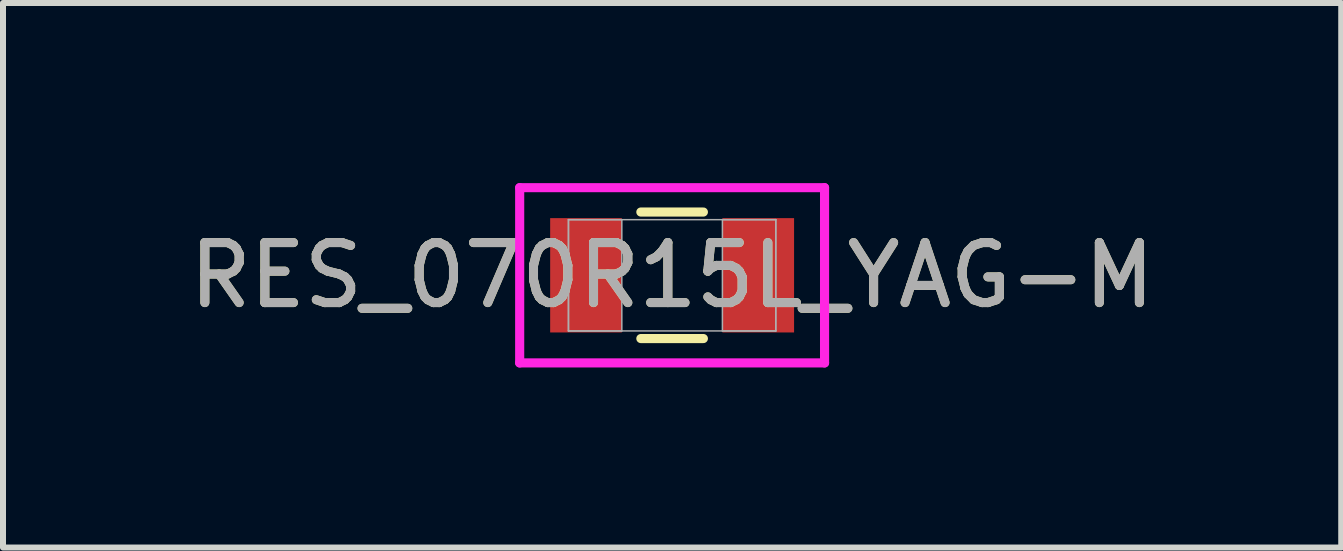
<source format=kicad_pcb>
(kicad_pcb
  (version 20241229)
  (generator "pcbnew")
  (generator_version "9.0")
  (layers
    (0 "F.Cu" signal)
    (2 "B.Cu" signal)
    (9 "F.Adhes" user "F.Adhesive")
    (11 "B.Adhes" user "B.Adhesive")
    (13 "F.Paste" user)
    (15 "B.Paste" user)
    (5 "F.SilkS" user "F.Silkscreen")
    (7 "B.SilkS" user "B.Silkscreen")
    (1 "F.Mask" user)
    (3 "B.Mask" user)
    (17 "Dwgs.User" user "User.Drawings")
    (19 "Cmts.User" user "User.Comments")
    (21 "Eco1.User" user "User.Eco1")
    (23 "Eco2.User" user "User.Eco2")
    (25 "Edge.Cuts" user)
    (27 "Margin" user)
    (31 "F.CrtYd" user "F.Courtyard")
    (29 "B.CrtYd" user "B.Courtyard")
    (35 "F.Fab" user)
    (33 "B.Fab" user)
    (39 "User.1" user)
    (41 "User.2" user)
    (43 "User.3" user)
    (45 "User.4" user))
  (footprint "RES_070R15L_YAG-M"
    (layer "F.Cu")
    (at 8.149 1.537)
    (property "Reference" "RES_070R15L_YAG-M" (at 0 0 0) (unlocked yes) (layer "F.SilkS") (effects (font (size 1 1) (thickness 0.15))))
    (attr smd)
    (fp_line (start -0.521 1.054) (end 0.521 1.054) (stroke (width 0.152) (type solid)) (layer "F.SilkS"))
    (fp_line (start 0.521 -1.054) (end -0.521 -1.054) (stroke (width 0.152) (type solid)) (layer "F.SilkS"))
    (fp_line (start -2.54 -1.46) (end 2.54 -1.46) (stroke (width 0.152) (type solid)) (layer "F.CrtYd"))
    (fp_line (start -2.54 1.46) (end -2.54 -1.46) (stroke (width 0.152) (type solid)) (layer "F.CrtYd"))
    (fp_line (start 2.54 -1.46) (end 2.54 1.46) (stroke (width 0.152) (type solid)) (layer "F.CrtYd"))
    (fp_line (start 2.54 1.46) (end -2.54 1.46) (stroke (width 0.152) (type solid)) (layer "F.CrtYd"))
    (fp_line (start -1.727 -0.927) (end -1.727 0.927) (stroke (width 0.025) (type solid)) (layer "F.Fab"))
    (fp_line (start -1.727 -0.927) (end -1.727 0.927) (stroke (width 0.025) (type solid)) (layer "F.Fab"))
    (fp_line (start -1.727 0.927) (end -0.838 0.927) (stroke (width 0.025) (type solid)) (layer "F.Fab"))
    (fp_line (start -1.727 0.927) (end 1.727 0.927) (stroke (width 0.025) (type solid)) (layer "F.Fab"))
    (fp_line (start -0.838 -0.927) (end -1.727 -0.927) (stroke (width 0.025) (type solid)) (layer "F.Fab"))
    (fp_line (start -0.838 0.927) (end -0.838 -0.927) (stroke (width 0.025) (type solid)) (layer "F.Fab"))
    (fp_line (start 0.838 -0.927) (end 0.838 0.927) (stroke (width 0.025) (type solid)) (layer "F.Fab"))
    (fp_line (start 0.838 0.927) (end 1.727 0.927) (stroke (width 0.025) (type solid)) (layer "F.Fab"))
    (fp_line (start 1.727 -0.927) (end -1.727 -0.927) (stroke (width 0.025) (type solid)) (layer "F.Fab"))
    (fp_line (start 1.727 -0.927) (end 0.838 -0.927) (stroke (width 0.025) (type solid)) (layer "F.Fab"))
    (fp_line (start 1.727 0.927) (end 1.727 -0.927) (stroke (width 0.025) (type solid)) (layer "F.Fab"))
    (fp_line (start 1.727 0.927) (end 1.727 -0.927) (stroke (width 0.025) (type solid)) (layer "F.Fab"))
    (fp_text user "${REFERENCE}" (at 0 0 0) (unlocked yes) (layer "F.Fab") (effects (font (size 1 1) (thickness 0.15))))
    (pad "1" smd rect (at -1.435 0) (size 1.194 1.905) (layers "F.Cu" "F.Mask" "F.Paste"))
    (pad "2" smd rect (at 1.435 0) (size 1.194 1.905) (layers "F.Cu" "F.Mask" "F.Paste"))
    (zone (net_name "") (layer "F.Cu") (hatch full 0.508) (connect_pads) (min_thickness 0.254) (filled_areas_thickness no) (keepout (tracks not_allowed) (vias not_allowed) (pads allowed) (copperpour not_allowed) (footprints allowed)) (placement (enabled no)) (fill) (polygon (pts (xy 7.361 0.66) (xy 8.936 0.66) (xy 8.936 2.413) (xy 7.361 2.413)))))
  (gr_rect
    (start -3 -3)
    (end 19.298 6.073)
    (stroke (width 0.1) (type default))
    (fill no)
    (layer "Edge.Cuts")))
</source>
